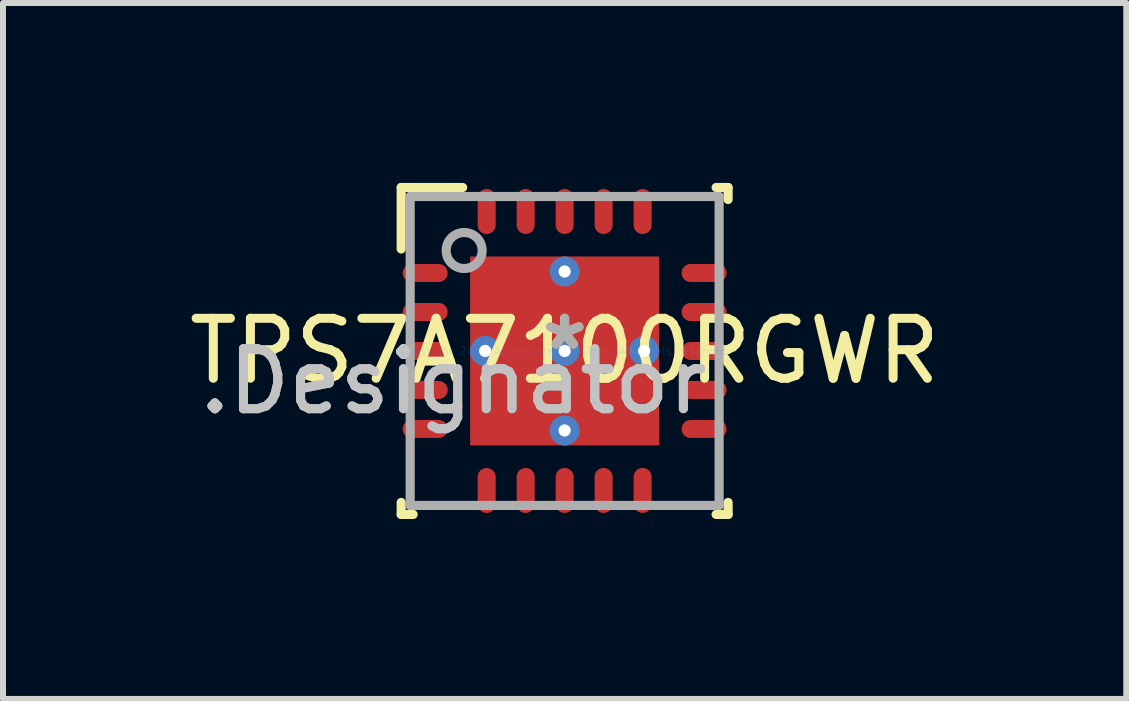
<source format=kicad_pcb>
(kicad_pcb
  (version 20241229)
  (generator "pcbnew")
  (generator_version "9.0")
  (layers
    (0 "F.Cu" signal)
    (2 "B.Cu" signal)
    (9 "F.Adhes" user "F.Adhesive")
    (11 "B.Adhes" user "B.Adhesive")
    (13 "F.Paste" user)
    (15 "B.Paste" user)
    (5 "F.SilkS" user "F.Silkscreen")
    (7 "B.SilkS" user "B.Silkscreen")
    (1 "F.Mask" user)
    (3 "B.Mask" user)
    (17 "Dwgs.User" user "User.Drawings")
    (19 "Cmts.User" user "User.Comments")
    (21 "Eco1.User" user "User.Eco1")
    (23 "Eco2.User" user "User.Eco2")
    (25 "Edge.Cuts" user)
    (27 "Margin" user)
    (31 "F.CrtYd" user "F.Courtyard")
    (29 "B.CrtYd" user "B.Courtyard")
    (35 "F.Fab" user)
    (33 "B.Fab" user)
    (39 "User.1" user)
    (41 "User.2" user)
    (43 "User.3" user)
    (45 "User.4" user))
  (footprint "TPS7A7100RGWR"
    (layer "F.Cu")
    (at 6.363 2.801)
    (property "Reference" "TPS7A7100RGWR" (at 0 0 0) (layer "F.SilkS") (effects (font (size 1 1) (thickness 0.15))))
    (attr through_hole)
    (fp_line (start -2.725 -2.725) (end -1.7 -2.725) (stroke (width 0.152) (type solid)) (layer "F.SilkS"))
    (fp_line (start -2.725 -1.7) (end -2.725 -2.725) (stroke (width 0.152) (type solid)) (layer "F.SilkS"))
    (fp_line (start -2.725 2.725) (end -2.725 2.525) (stroke (width 0.152) (type solid)) (layer "F.SilkS"))
    (fp_line (start -2.725 2.725) (end -2.525 2.725) (stroke (width 0.152) (type solid)) (layer "F.SilkS"))
    (fp_line (start 2.525 -2.725) (end 2.725 -2.725) (stroke (width 0.152) (type solid)) (layer "F.SilkS"))
    (fp_line (start 2.525 2.725) (end 2.725 2.725) (stroke (width 0.152) (type solid)) (layer "F.SilkS"))
    (fp_line (start 2.725 -2.525) (end 2.725 -2.725) (stroke (width 0.152) (type solid)) (layer "F.SilkS"))
    (fp_line (start 2.725 2.725) (end 2.725 2.525) (stroke (width 0.152) (type solid)) (layer "F.SilkS"))
    (fp_line (start -1.468 -1.468) (end -1.468 -0.1) (stroke (width 0.152) (type solid)) (layer "F.Paste"))
    (fp_line (start -1.468 -0.1) (end -0.1 -0.1) (stroke (width 0.152) (type solid)) (layer "F.Paste"))
    (fp_line (start -1.468 0.1) (end -1.468 1.468) (stroke (width 0.152) (type solid)) (layer "F.Paste"))
    (fp_line (start -1.468 1.468) (end -0.1 1.468) (stroke (width 0.152) (type solid)) (layer "F.Paste"))
    (fp_line (start -0.1 -1.468) (end -1.468 -1.468) (stroke (width 0.152) (type solid)) (layer "F.Paste"))
    (fp_line (start -0.1 -0.1) (end -0.1 -1.468) (stroke (width 0.152) (type solid)) (layer "F.Paste"))
    (fp_line (start -0.1 0.1) (end -1.468 0.1) (stroke (width 0.152) (type solid)) (layer "F.Paste"))
    (fp_line (start -0.1 1.468) (end -0.1 0.1) (stroke (width 0.152) (type solid)) (layer "F.Paste"))
    (fp_line (start 0.1 -1.468) (end 0.1 -0.1) (stroke (width 0.152) (type solid)) (layer "F.Paste"))
    (fp_line (start 0.1 -0.1) (end 1.468 -0.1) (stroke (width 0.152) (type solid)) (layer "F.Paste"))
    (fp_line (start 0.1 0.1) (end 0.1 1.468) (stroke (width 0.152) (type solid)) (layer "F.Paste"))
    (fp_line (start 0.1 1.468) (end 1.468 1.468) (stroke (width 0.152) (type solid)) (layer "F.Paste"))
    (fp_line (start 1.468 -1.468) (end 0.1 -1.468) (stroke (width 0.152) (type solid)) (layer "F.Paste"))
    (fp_line (start 1.468 -0.1) (end 1.468 -1.468) (stroke (width 0.152) (type solid)) (layer "F.Paste"))
    (fp_line (start 1.468 0.1) (end 0.1 0.1) (stroke (width 0.152) (type solid)) (layer "F.Paste"))
    (fp_line (start 1.468 1.468) (end 1.468 0.1) (stroke (width 0.152) (type solid)) (layer "F.Paste"))
    (fp_line (start -2.575 -2.575) (end 2.575 -2.575) (stroke (width 0.152) (type solid)) (layer "F.Fab"))
    (fp_line (start -2.575 2.575) (end -2.575 -2.575) (stroke (width 0.152) (type solid)) (layer "F.Fab"))
    (fp_line (start -2.575 2.575) (end 2.575 2.575) (stroke (width 0.152) (type solid)) (layer "F.Fab"))
    (fp_line (start 2.575 2.575) (end 2.575 -2.575) (stroke (width 0.152) (type solid)) (layer "F.Fab"))
    (fp_circle (center -1.675 -1.675) (end -1.375 -1.675) (stroke (width 0.152) (type solid)) (fill no) (layer "F.Fab"))
    (fp_text user "*" (at 0 0 0) (layer "F.SilkS") (effects (font (size 1 1) (thickness 0.15))))
    (fp_text user ".Designator" (at -1.854 0.508 0) (layer "Dwgs.User") (effects (font (size 1 1) (thickness 0.15))))
    (fp_text user "Copyright 2016 Accelerated Designs. All rights reserved." (at 0 0 0) (layer "Cmts.User") (effects (font (size 0.127 0.127) (thickness 0.002))))
    (fp_text user ".Designator" (at -1.854 0.508 0) (layer "F.Fab") (effects (font (size 1 1) (thickness 0.15))))
    (fp_text user "*" (at 0 0 0) (layer "F.Fab") (effects (font (size 1 1) (thickness 0.15))))
    (pad "1" smd oval (at -2.325 -1.3 90) (size 0.3 0.75) (layers "F.Cu" "F.Mask" "F.Paste"))
    (pad "2" smd oval (at -2.325 -0.65 90) (size 0.3 0.75) (layers "F.Cu" "F.Mask" "F.Paste"))
    (pad "3" smd oval (at -2.325 0 90) (size 0.3 0.75) (layers "F.Cu" "F.Mask" "F.Paste"))
    (pad "4" smd oval (at -2.325 0.65 90) (size 0.3 0.75) (layers "F.Cu" "F.Mask" "F.Paste"))
    (pad "5" smd oval (at -2.325 1.3 90) (size 0.3 0.75) (layers "F.Cu" "F.Mask" "F.Paste"))
    (pad "6" smd oval (at -1.3 2.325) (size 0.3 0.75) (layers "F.Cu" "F.Mask" "F.Paste"))
    (pad "7" smd oval (at -0.65 2.325) (size 0.3 0.75) (layers "F.Cu" "F.Mask" "F.Paste"))
    (pad "8" smd oval (at 0 2.325) (size 0.3 0.75) (layers "F.Cu" "F.Mask" "F.Paste"))
    (pad "9" smd oval (at 0.65 2.325) (size 0.3 0.75) (layers "F.Cu" "F.Mask" "F.Paste"))
    (pad "10" smd oval (at 1.3 2.325) (size 0.3 0.75) (layers "F.Cu" "F.Mask" "F.Paste"))
    (pad "11" smd oval (at 2.325 1.3 90) (size 0.3 0.75) (layers "F.Cu" "F.Mask" "F.Paste"))
    (pad "12" smd oval (at 2.325 0.65 90) (size 0.3 0.75) (layers "F.Cu" "F.Mask" "F.Paste"))
    (pad "13" smd oval (at 2.325 0 90) (size 0.3 0.75) (layers "F.Cu" "F.Mask" "F.Paste"))
    (pad "14" smd oval (at 2.325 -0.65 90) (size 0.3 0.75) (layers "F.Cu" "F.Mask" "F.Paste"))
    (pad "15" smd oval (at 2.325 -1.3 90) (size 0.3 0.75) (layers "F.Cu" "F.Mask" "F.Paste"))
    (pad "16" smd oval (at 1.3 -2.325) (size 0.3 0.75) (layers "F.Cu" "F.Mask" "F.Paste"))
    (pad "17" smd oval (at 0.65 -2.325) (size 0.3 0.75) (layers "F.Cu" "F.Mask" "F.Paste"))
    (pad "18" smd oval (at 0 -2.325) (size 0.3 0.75) (layers "F.Cu" "F.Mask" "F.Paste"))
    (pad "19" smd oval (at -0.65 -2.325) (size 0.3 0.75) (layers "F.Cu" "F.Mask" "F.Paste"))
    (pad "20" smd oval (at -1.3 -2.325) (size 0.3 0.75) (layers "F.Cu" "F.Mask" "F.Paste"))
    (pad "21" smd rect (at 0 0) (size 3.15 3.15) (layers "F.Cu" "F.Mask" "F.Paste"))
    (pad "V" thru_hole circle (at -1.325 0) (size 0.5 0.5) (drill 0.203) (layers "*.Cu" "*.Mask"))
    (pad "V" thru_hole circle (at 0 -1.325) (size 0.5 0.5) (drill 0.203) (layers "*.Cu" "*.Mask"))
    (pad "V" thru_hole circle (at 0 0) (size 0.5 0.5) (drill 0.203) (layers "*.Cu" "*.Mask"))
    (pad "V" thru_hole circle (at 0 1.325) (size 0.5 0.5) (drill 0.203) (layers "*.Cu" "*.Mask"))
    (pad "V" thru_hole circle (at 1.325 0) (size 0.5 0.5) (drill 0.203) (layers "*.Cu" "*.Mask")))
  (gr_rect
    (start -3 -3)
    (end 15.726 8.602)
    (stroke (width 0.1) (type default))
    (fill no)
    (layer "Edge.Cuts")))
</source>
